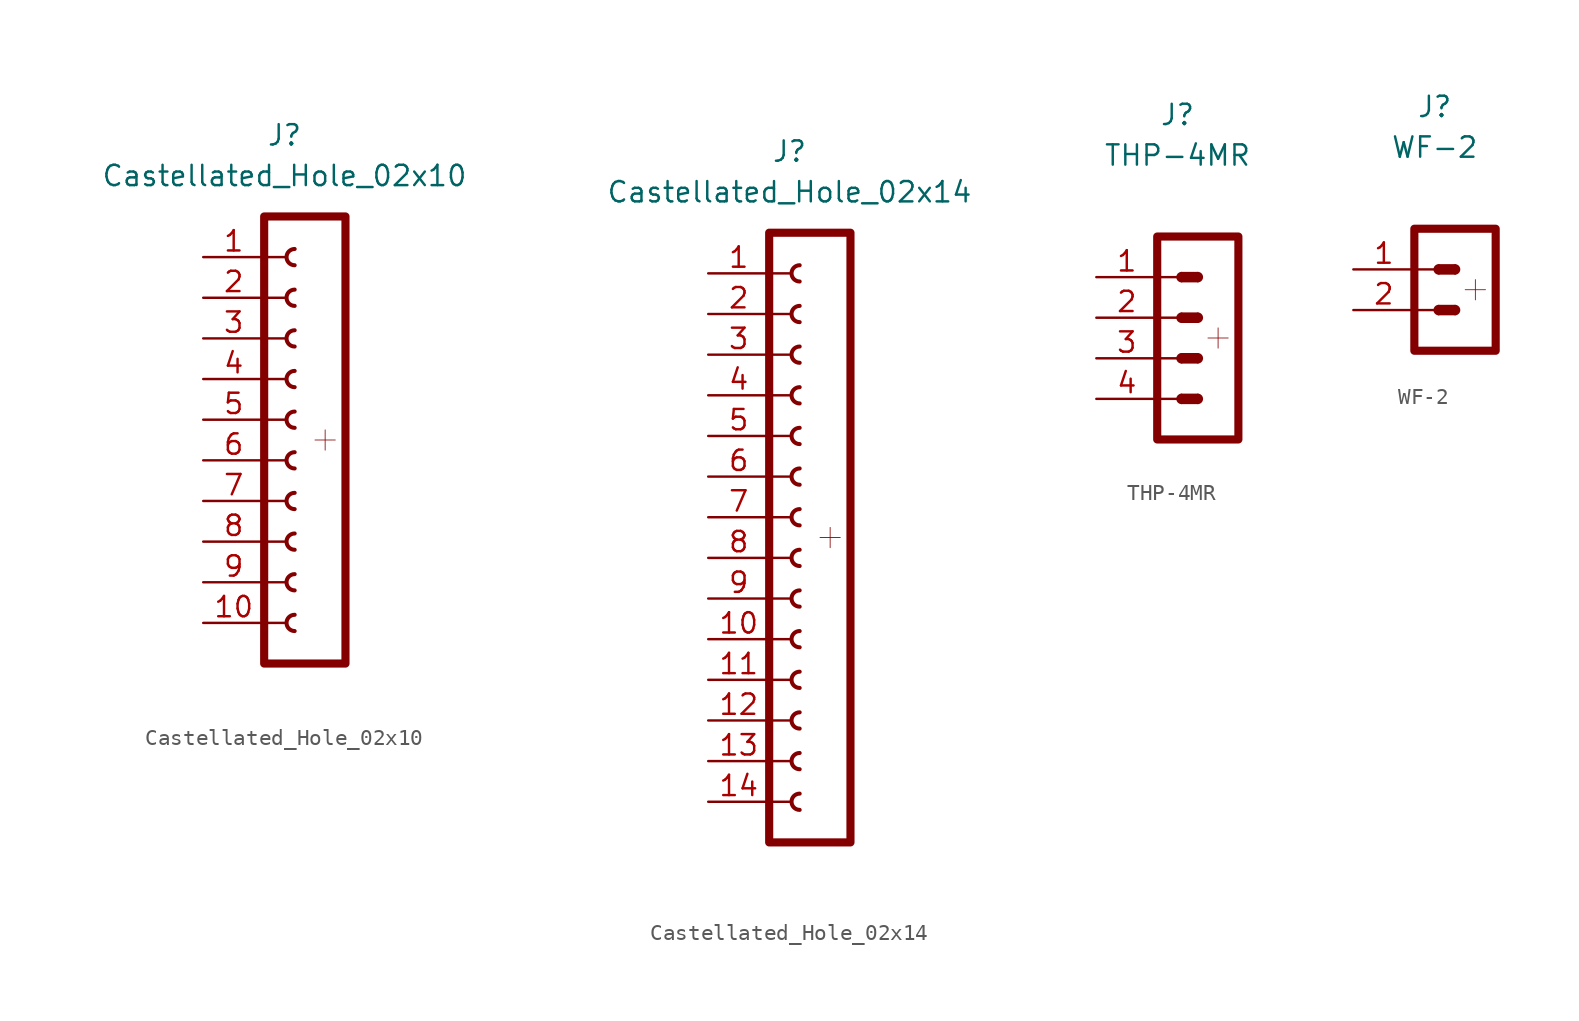
<source format=kicad_sym>
(kicad_symbol_lib
  (version 20211014)
  (generator kicad_symbol_editor)
  (symbol "Castellated_Hole_02x10"
    (pin_names
      (offset 1.016) hide)
    (property "Reference" "J"
      (at 0 17.78 0)
      (effects (font (size 1.27 1.27))))
    (property "Value" "Castellated_Hole_02x10"
      (at 0 15.24 0)
      (effects (font (size 1.27 1.27))))
    (symbol "Castellated_Hole_02x10_0_1"
      (rectangle (start -1.27 -12.7) (end 0 -12.7) (stroke (width 0.152) (type default) (color 0 0 0 0)) (fill (type none)))
      (rectangle (start -1.27 -10.16) (end 0 -10.16) (stroke (width 0.152) (type default) (color 0 0 0 0)) (fill (type none)))
      (rectangle (start -1.27 -7.62) (end 0 -7.62) (stroke (width 0.152) (type default) (color 0 0 0 0)) (fill (type none)))
      (rectangle (start -1.27 -5.08) (end 0 -5.08) (stroke (width 0.152) (type default) (color 0 0 0 0)) (fill (type none)))
      (rectangle (start -1.27 -2.54) (end 0 -2.54) (stroke (width 0.152) (type default) (color 0 0 0 0)) (fill (type none)))
      (rectangle (start -1.27 0) (end 0 0) (stroke (width 0.152) (type default) (color 0 0 0 0)) (fill (type none)))
      (rectangle (start -1.27 2.54) (end 0 2.54) (stroke (width 0.152) (type default) (color 0 0 0 0)) (fill (type none)))
      (rectangle (start -1.27 5.08) (end 0 5.08) (stroke (width 0.152) (type default) (color 0 0 0 0)) (fill (type none)))
      (rectangle (start -1.27 7.62) (end 0 7.62) (stroke (width 0.152) (type default) (color 0 0 0 0)) (fill (type none)))
      (rectangle (start -1.27 10.16) (end 0 10.16) (stroke (width 0.152) (type default) (color 0 0 0 0)) (fill (type none)))
      (rectangle (start -1.27 12.7) (end 3.81 -15.24) (stroke (width 0.508) (type default) (color 0 0 0 0)) (fill (type none)))
      (polyline (pts (xy 1.905 -1.27) (xy 3.175 -1.27)) (stroke (width 0.051) (type default) (color 0 0 0 0)) (fill (type none)))
      (polyline (pts (xy 2.54 -0.635) (xy 2.54 -1.905)) (stroke (width 0.051) (type default) (color 0 0 0 0)) (fill (type none))))
    (symbol "Castellated_Hole_02x10_1_1"
      (arc (start 0.635 -12.192) (mid 0.127 -12.7) (end 0.635 -13.208) (stroke (width 0.254) (type default) (color 0 0 0 0)) (fill (type none)))
      (arc (start 0.635 -9.652) (mid 0.127 -10.16) (end 0.635 -10.668) (stroke (width 0.254) (type default) (color 0 0 0 0)) (fill (type none)))
      (arc (start 0.635 -7.112) (mid 0.127 -7.62) (end 0.635 -8.128) (stroke (width 0.254) (type default) (color 0 0 0 0)) (fill (type none)))
      (arc (start 0.635 -4.572) (mid 0.127 -5.08) (end 0.635 -5.588) (stroke (width 0.254) (type default) (color 0 0 0 0)) (fill (type none)))
      (arc (start 0.635 -2.032) (mid 0.127 -2.54) (end 0.635 -3.048) (stroke (width 0.254) (type default) (color 0 0 0 0)) (fill (type none)))
      (arc (start 0.635 0.508) (mid 0.127 0) (end 0.635 -0.508) (stroke (width 0.254) (type default) (color 0 0 0 0)) (fill (type none)))
      (arc (start 0.635 3.048) (mid 0.127 2.54) (end 0.635 2.032) (stroke (width 0.254) (type default) (color 0 0 0 0)) (fill (type none)))
      (arc (start 0.635 5.588) (mid 0.127 5.08) (end 0.635 4.572) (stroke (width 0.254) (type default) (color 0 0 0 0)) (fill (type none)))
      (arc (start 0.635 8.128) (mid 0.127 7.62) (end 0.635 7.112) (stroke (width 0.254) (type default) (color 0 0 0 0)) (fill (type none)))
      (arc (start 0.635 10.668) (mid 0.127 10.16) (end 0.635 9.652) (stroke (width 0.254) (type default) (color 0 0 0 0)) (fill (type none)))
      (pin passive line (at -5.08 10.16 0) (length 3.81) (name "Pin_1" (effects (font (size 1.27 1.27)))) (number "1" (effects (font (size 1.27 1.27)))))
      (pin passive line (at -5.08 -12.7 0) (length 3.81) (name "Pin_10" (effects (font (size 1.27 1.27)))) (number "10" (effects (font (size 1.27 1.27)))))
      (pin passive line (at -5.08 7.62 0) (length 3.81) (name "Pin_2" (effects (font (size 1.27 1.27)))) (number "2" (effects (font (size 1.27 1.27)))))
      (pin passive line (at -5.08 5.08 0) (length 3.81) (name "Pin_3" (effects (font (size 1.27 1.27)))) (number "3" (effects (font (size 1.27 1.27)))))
      (pin passive line (at -5.08 2.54 0) (length 3.81) (name "Pin_4" (effects (font (size 1.27 1.27)))) (number "4" (effects (font (size 1.27 1.27)))))
      (pin passive line (at -5.08 0 0) (length 3.81) (name "Pin_5" (effects (font (size 1.27 1.27)))) (number "5" (effects (font (size 1.27 1.27)))))
      (pin passive line (at -5.08 -2.54 0) (length 3.81) (name "Pin_6" (effects (font (size 1.27 1.27)))) (number "6" (effects (font (size 1.27 1.27)))))
      (pin passive line (at -5.08 -5.08 0) (length 3.81) (name "Pin_7" (effects (font (size 1.27 1.27)))) (number "7" (effects (font (size 1.27 1.27)))))
      (pin passive line (at -5.08 -7.62 0) (length 3.81) (name "Pin_8" (effects (font (size 1.27 1.27)))) (number "8" (effects (font (size 1.27 1.27)))))
      (pin passive line (at -5.08 -10.16 0) (length 3.81) (name "Pin_9" (effects (font (size 1.27 1.27)))) (number "9" (effects (font (size 1.27 1.27)))))))
  (symbol "Castellated_Hole_02x14"
    (pin_names
      (offset 1.016) hide)
    (property "Reference" "J"
      (at 0 22.86 0)
      (effects (font (size 1.27 1.27))))
    (property "Value" "Castellated_Hole_02x14"
      (at 0 20.32 0)
      (effects (font (size 1.27 1.27))))
    (symbol "Castellated_Hole_02x14_0_1"
      (rectangle (start -1.27 -15.24) (end 0 -15.24) (stroke (width 0.152) (type default) (color 0 0 0 0)) (fill (type none)))
      (rectangle (start -1.27 -12.7) (end 0 -12.7) (stroke (width 0.152) (type default) (color 0 0 0 0)) (fill (type none)))
      (rectangle (start -1.27 -10.16) (end 0 -10.16) (stroke (width 0.152) (type default) (color 0 0 0 0)) (fill (type none)))
      (rectangle (start -1.27 -7.62) (end 0 -7.62) (stroke (width 0.152) (type default) (color 0 0 0 0)) (fill (type none)))
      (rectangle (start -1.27 -5.08) (end 0 -5.08) (stroke (width 0.152) (type default) (color 0 0 0 0)) (fill (type none)))
      (rectangle (start -1.27 -2.54) (end 0 -2.54) (stroke (width 0.152) (type default) (color 0 0 0 0)) (fill (type none)))
      (rectangle (start -1.27 0) (end 0 0) (stroke (width 0.152) (type default) (color 0 0 0 0)) (fill (type none)))
      (rectangle (start -1.27 2.54) (end 0 2.54) (stroke (width 0.152) (type default) (color 0 0 0 0)) (fill (type none)))
      (rectangle (start -1.27 5.08) (end 0 5.08) (stroke (width 0.152) (type default) (color 0 0 0 0)) (fill (type none)))
      (rectangle (start -1.27 7.62) (end 0 7.62) (stroke (width 0.152) (type default) (color 0 0 0 0)) (fill (type none)))
      (rectangle (start -1.27 10.16) (end 0 10.16) (stroke (width 0.152) (type default) (color 0 0 0 0)) (fill (type none)))
      (rectangle (start -1.27 12.7) (end 0 12.7) (stroke (width 0.152) (type default) (color 0 0 0 0)) (fill (type none)))
      (rectangle (start -1.27 15.24) (end 0 15.24) (stroke (width 0.152) (type default) (color 0 0 0 0)) (fill (type none)))
      (rectangle (start -1.27 17.78) (end 3.81 -20.32) (stroke (width 0.508) (type default) (color 0 0 0 0)) (fill (type none)))
      (polyline (pts (xy 1.905 -1.27) (xy 3.175 -1.27)) (stroke (width 0.051) (type default) (color 0 0 0 0)) (fill (type none)))
      (polyline (pts (xy 2.54 -0.635) (xy 2.54 -1.905)) (stroke (width 0.051) (type default) (color 0 0 0 0)) (fill (type none))))
    (symbol "Castellated_Hole_02x14_1_1"
      (rectangle (start -1.27 -17.78) (end 0 -17.78) (stroke (width 0.152) (type default) (color 0 0 0 0)) (fill (type none)))
      (arc (start 0.635 -17.272) (mid 0.127 -17.78) (end 0.635 -18.288) (stroke (width 0.254) (type default) (color 0 0 0 0)) (fill (type none)))
      (arc (start 0.635 -14.732) (mid 0.127 -15.24) (end 0.635 -15.748) (stroke (width 0.254) (type default) (color 0 0 0 0)) (fill (type none)))
      (arc (start 0.635 -12.192) (mid 0.127 -12.7) (end 0.635 -13.208) (stroke (width 0.254) (type default) (color 0 0 0 0)) (fill (type none)))
      (arc (start 0.635 -9.652) (mid 0.127 -10.16) (end 0.635 -10.668) (stroke (width 0.254) (type default) (color 0 0 0 0)) (fill (type none)))
      (arc (start 0.635 -7.112) (mid 0.127 -7.62) (end 0.635 -8.128) (stroke (width 0.254) (type default) (color 0 0 0 0)) (fill (type none)))
      (arc (start 0.635 -4.572) (mid 0.127 -5.08) (end 0.635 -5.588) (stroke (width 0.254) (type default) (color 0 0 0 0)) (fill (type none)))
      (arc (start 0.635 -2.032) (mid 0.127 -2.54) (end 0.635 -3.048) (stroke (width 0.254) (type default) (color 0 0 0 0)) (fill (type none)))
      (arc (start 0.635 0.508) (mid 0.127 0) (end 0.635 -0.508) (stroke (width 0.254) (type default) (color 0 0 0 0)) (fill (type none)))
      (arc (start 0.635 3.048) (mid 0.127 2.54) (end 0.635 2.032) (stroke (width 0.254) (type default) (color 0 0 0 0)) (fill (type none)))
      (arc (start 0.635 5.588) (mid 0.127 5.08) (end 0.635 4.572) (stroke (width 0.254) (type default) (color 0 0 0 0)) (fill (type none)))
      (arc (start 0.635 8.128) (mid 0.127 7.62) (end 0.635 7.112) (stroke (width 0.254) (type default) (color 0 0 0 0)) (fill (type none)))
      (arc (start 0.635 10.668) (mid 0.127 10.16) (end 0.635 9.652) (stroke (width 0.254) (type default) (color 0 0 0 0)) (fill (type none)))
      (arc (start 0.635 13.208) (mid 0.127 12.7) (end 0.635 12.192) (stroke (width 0.254) (type default) (color 0 0 0 0)) (fill (type none)))
      (arc (start 0.635 15.748) (mid 0.127 15.24) (end 0.635 14.732) (stroke (width 0.254) (type default) (color 0 0 0 0)) (fill (type none)))
      (pin passive line (at -5.08 15.24 0) (length 3.81) (name "Pin_1" (effects (font (size 1.27 1.27)))) (number "1" (effects (font (size 1.27 1.27)))))
      (pin passive line (at -5.08 -7.62 0) (length 3.81) (name "Pin_10" (effects (font (size 1.27 1.27)))) (number "10" (effects (font (size 1.27 1.27)))))
      (pin passive line (at -5.08 -10.16 0) (length 3.81) (name "Pin_11" (effects (font (size 1.27 1.27)))) (number "11" (effects (font (size 1.27 1.27)))))
      (pin passive line (at -5.08 -12.7 0) (length 3.81) (name "Pin_12" (effects (font (size 1.27 1.27)))) (number "12" (effects (font (size 1.27 1.27)))))
      (pin passive line (at -5.08 -15.24 0) (length 3.81) (name "Pin_13" (effects (font (size 1.27 1.27)))) (number "13" (effects (font (size 1.27 1.27)))))
      (pin passive line (at -5.08 -17.78 0) (length 3.81) (name "Pin_14" (effects (font (size 1.27 1.27)))) (number "14" (effects (font (size 1.27 1.27)))))
      (pin passive line (at -5.08 12.7 0) (length 3.81) (name "Pin_2" (effects (font (size 1.27 1.27)))) (number "2" (effects (font (size 1.27 1.27)))))
      (pin passive line (at -5.08 10.16 0) (length 3.81) (name "Pin_3" (effects (font (size 1.27 1.27)))) (number "3" (effects (font (size 1.27 1.27)))))
      (pin passive line (at -5.08 7.62 0) (length 3.81) (name "Pin_4" (effects (font (size 1.27 1.27)))) (number "4" (effects (font (size 1.27 1.27)))))
      (pin passive line (at -5.08 5.08 0) (length 3.81) (name "Pin_5" (effects (font (size 1.27 1.27)))) (number "5" (effects (font (size 1.27 1.27)))))
      (pin passive line (at -5.08 2.54 0) (length 3.81) (name "Pin_6" (effects (font (size 1.27 1.27)))) (number "6" (effects (font (size 1.27 1.27)))))
      (pin passive line (at -5.08 0 0) (length 3.81) (name "Pin_7" (effects (font (size 1.27 1.27)))) (number "7" (effects (font (size 1.27 1.27)))))
      (pin passive line (at -5.08 -2.54 0) (length 3.81) (name "Pin_8" (effects (font (size 1.27 1.27)))) (number "8" (effects (font (size 1.27 1.27)))))
      (pin passive line (at -5.08 -5.08 0) (length 3.81) (name "Pin_9" (effects (font (size 1.27 1.27)))) (number "9" (effects (font (size 1.27 1.27)))))))
  (symbol "THP-4MR"
    (pin_names
      (offset 1.016) hide)
    (property "Reference" "J"
      (at 0 12.7 0)
      (effects (font (size 1.27 1.27))))
    (property "Value" "THP-4MR"
      (at 0 10.16 0)
      (effects (font (size 1.27 1.27))))
    (symbol "THP-4MR_0_1"
      (rectangle (start -1.27 -5.08) (end 0 -5.08) (stroke (width 0.152) (type default) (color 0 0 0 0)) (fill (type none)))
      (rectangle (start -1.27 -2.54) (end 0 -2.54) (stroke (width 0.152) (type default) (color 0 0 0 0)) (fill (type none)))
      (rectangle (start -1.27 0) (end 0 0) (stroke (width 0.152) (type default) (color 0 0 0 0)) (fill (type none)))
      (rectangle (start -1.27 2.54) (end 0 2.54) (stroke (width 0.152) (type default) (color 0 0 0 0)) (fill (type none)))
      (rectangle (start -1.27 5.08) (end 3.81 -7.62) (stroke (width 0.508) (type default) (color 0 0 0 0)) (fill (type none)))
      (polyline (pts (xy 1.905 -1.27) (xy 3.175 -1.27)) (stroke (width 0.051) (type default) (color 0 0 0 0)) (fill (type none)))
      (polyline (pts (xy 2.54 -0.635) (xy 2.54 -1.905)) (stroke (width 0.051) (type default) (color 0 0 0 0)) (fill (type none))))
    (symbol "THP-4MR_1_1"
      (arc (start 0.254 -4.826) (mid 0 -5.08) (end 0.254 -5.334) (stroke (width 0) (type default) (color 0 0 0 0)) (fill (type outline)))
      (rectangle (start 0.254 -4.826) (end 1.27 -5.334) (stroke (width 0) (type default) (color 0 0 0 0)) (fill (type outline)))
      (arc (start 0.254 -2.286) (mid 0 -2.54) (end 0.254 -2.794) (stroke (width 0) (type default) (color 0 0 0 0)) (fill (type outline)))
      (rectangle (start 0.254 -2.286) (end 1.27 -2.794) (stroke (width 0) (type default) (color 0 0 0 0)) (fill (type outline)))
      (arc (start 0.254 0.254) (mid 0 0) (end 0.254 -0.254) (stroke (width 0) (type default) (color 0 0 0 0)) (fill (type outline)))
      (rectangle (start 0.254 0.254) (end 1.27 -0.254) (stroke (width 0) (type default) (color 0 0 0 0)) (fill (type outline)))
      (arc (start 0.254 2.794) (mid 0 2.54) (end 0.254 2.286) (stroke (width 0) (type default) (color 0 0 0 0)) (fill (type outline)))
      (rectangle (start 0.254 2.794) (end 1.27 2.286) (stroke (width 0) (type default) (color 0 0 0 0)) (fill (type outline)))
      (arc (start 1.27 -5.334) (mid 1.524 -5.08) (end 1.27 -4.826) (stroke (width 0) (type default) (color 0 0 0 0)) (fill (type outline)))
      (arc (start 1.27 -2.794) (mid 1.524 -2.54) (end 1.27 -2.286) (stroke (width 0) (type default) (color 0 0 0 0)) (fill (type outline)))
      (arc (start 1.27 -0.254) (mid 1.524 0) (end 1.27 0.254) (stroke (width 0) (type default) (color 0 0 0 0)) (fill (type outline)))
      (arc (start 1.27 2.286) (mid 1.524 2.54) (end 1.27 2.794) (stroke (width 0) (type default) (color 0 0 0 0)) (fill (type outline)))
      (pin passive line (at -5.08 2.54 0) (length 3.81) (name "Pin_1" (effects (font (size 1.27 1.27)))) (number "1" (effects (font (size 1.27 1.27)))))
      (pin passive line (at -5.08 0 0) (length 3.81) (name "Pin_2" (effects (font (size 1.27 1.27)))) (number "2" (effects (font (size 1.27 1.27)))))
      (pin passive line (at -5.08 -2.54 0) (length 3.81) (name "Pin_3" (effects (font (size 1.27 1.27)))) (number "3" (effects (font (size 1.27 1.27)))))
      (pin passive line (at -5.08 -5.08 0) (length 3.81) (name "Pin_4" (effects (font (size 1.27 1.27)))) (number "4" (effects (font (size 1.27 1.27)))))))
  (symbol "WF-2"
    (pin_names
      (offset 1.016) hide)
    (property "Reference" "J"
      (at 0 10.16 0)
      (effects (font (size 1.27 1.27))))
    (property "Value" "WF-2"
      (at 0 7.62 0)
      (effects (font (size 1.27 1.27))))
    (symbol "WF-2_0_1"
      (rectangle (start -1.27 -2.54) (end 0 -2.54) (stroke (width 0.152) (type default) (color 0 0 0 0)) (fill (type none)))
      (rectangle (start -1.27 0) (end 0 0) (stroke (width 0.152) (type default) (color 0 0 0 0)) (fill (type none)))
      (rectangle (start -1.27 2.54) (end 3.81 -5.08) (stroke (width 0.508) (type default) (color 0 0 0 0)) (fill (type none)))
      (polyline (pts (xy 1.905 -1.27) (xy 3.175 -1.27)) (stroke (width 0.051) (type default) (color 0 0 0 0)) (fill (type none)))
      (polyline (pts (xy 2.54 -0.635) (xy 2.54 -1.905)) (stroke (width 0.051) (type default) (color 0 0 0 0)) (fill (type none))))
    (symbol "WF-2_1_1"
      (arc (start 0.254 -2.286) (mid 0 -2.54) (end 0.254 -2.794) (stroke (width 0) (type default) (color 0 0 0 0)) (fill (type outline)))
      (rectangle (start 0.254 -2.286) (end 1.27 -2.794) (stroke (width 0) (type default) (color 0 0 0 0)) (fill (type outline)))
      (arc (start 0.254 0.254) (mid 0 0) (end 0.254 -0.254) (stroke (width 0) (type default) (color 0 0 0 0)) (fill (type outline)))
      (rectangle (start 0.254 0.254) (end 1.27 -0.254) (stroke (width 0) (type default) (color 0 0 0 0)) (fill (type outline)))
      (arc (start 1.27 -2.794) (mid 1.524 -2.54) (end 1.27 -2.286) (stroke (width 0) (type default) (color 0 0 0 0)) (fill (type outline)))
      (arc (start 1.27 -0.254) (mid 1.524 0) (end 1.27 0.254) (stroke (width 0) (type default) (color 0 0 0 0)) (fill (type outline)))
      (pin passive line (at -5.08 0 0) (length 3.81) (name "Pin_1" (effects (font (size 1.27 1.27)))) (number "1" (effects (font (size 1.27 1.27)))))
      (pin passive line (at -5.08 -2.54 0) (length 3.81) (name "Pin_2" (effects (font (size 1.27 1.27)))) (number "2" (effects (font (size 1.27 1.27))))))))
</source>
